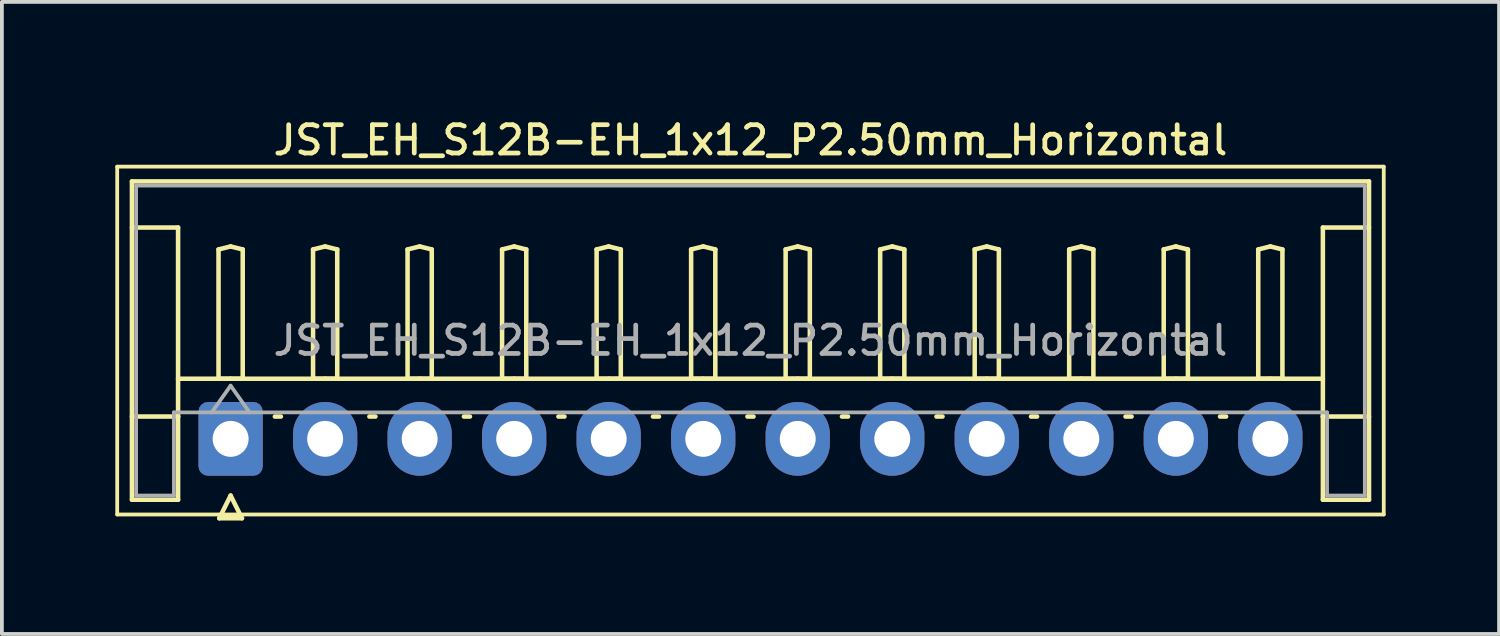
<source format=kicad_pcb>
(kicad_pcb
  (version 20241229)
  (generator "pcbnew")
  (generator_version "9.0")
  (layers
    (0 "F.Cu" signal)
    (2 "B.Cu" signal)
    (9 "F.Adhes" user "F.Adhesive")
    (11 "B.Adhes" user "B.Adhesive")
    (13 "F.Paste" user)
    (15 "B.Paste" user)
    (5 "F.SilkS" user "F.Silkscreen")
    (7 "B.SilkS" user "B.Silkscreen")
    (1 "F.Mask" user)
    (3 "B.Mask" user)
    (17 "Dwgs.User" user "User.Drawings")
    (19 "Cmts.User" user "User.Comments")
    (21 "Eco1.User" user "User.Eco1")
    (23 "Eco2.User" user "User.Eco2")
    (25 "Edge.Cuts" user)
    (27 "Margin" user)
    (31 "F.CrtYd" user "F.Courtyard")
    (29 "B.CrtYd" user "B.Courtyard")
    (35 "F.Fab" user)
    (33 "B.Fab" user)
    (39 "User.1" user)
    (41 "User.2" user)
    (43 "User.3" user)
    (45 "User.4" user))
  (footprint "JST_EH_S12B-EH_1x12_P2.50mm_Horizontal"
    (layer "F.Cu")
    (at 3.05 8.558)
    (property "Reference" "JST_EH_S12B-EH_1x12_P2.50mm_Horizontal" (at 13.75 -7.9 0) (layer "F.SilkS") (effects (font (size 0.75 0.75) (thickness 0.125))))
    (attr through_hole)
    (fp_line (start -3 -7.2) (end -3 2) (stroke (width 0.1) (type solid)) (layer "F.SilkS"))
    (fp_line (start -3 2) (end 30.5 2) (stroke (width 0.1) (type solid)) (layer "F.SilkS"))
    (fp_line (start -2.61 -6.81) (end 30.11 -6.81) (stroke (width 0.12) (type solid)) (layer "F.SilkS"))
    (fp_line (start -2.61 -5.59) (end -1.39 -5.59) (stroke (width 0.12) (type solid)) (layer "F.SilkS"))
    (fp_line (start -2.61 1.61) (end -2.61 -6.81) (stroke (width 0.12) (type solid)) (layer "F.SilkS"))
    (fp_line (start -1.39 -5.59) (end -1.39 -0.59) (stroke (width 0.12) (type solid)) (layer "F.SilkS"))
    (fp_line (start -1.39 -1.59) (end 28.89 -1.59) (stroke (width 0.12) (type solid)) (layer "F.SilkS"))
    (fp_line (start -1.39 -0.59) (end -2.61 -0.59) (stroke (width 0.12) (type solid)) (layer "F.SilkS"))
    (fp_line (start -1.39 -0.59) (end -1.39 1.61) (stroke (width 0.12) (type solid)) (layer "F.SilkS"))
    (fp_line (start -1.39 1.61) (end -2.61 1.61) (stroke (width 0.12) (type solid)) (layer "F.SilkS"))
    (fp_line (start -0.32 -5.01) (end 0 -5.09) (stroke (width 0.12) (type solid)) (layer "F.SilkS"))
    (fp_line (start -0.32 -1.59) (end -0.32 -5.01) (stroke (width 0.12) (type solid)) (layer "F.SilkS"))
    (fp_line (start -0.3 2.1) (end 0.3 2.1) (stroke (width 0.12) (type solid)) (layer "F.SilkS"))
    (fp_line (start 0 -5.09) (end 0.32 -5.01) (stroke (width 0.12) (type solid)) (layer "F.SilkS"))
    (fp_line (start 0 -1.59) (end -0.32 -1.59) (stroke (width 0.12) (type solid)) (layer "F.SilkS"))
    (fp_line (start 0 1.5) (end -0.3 2.1) (stroke (width 0.12) (type solid)) (layer "F.SilkS"))
    (fp_line (start 0.3 2.1) (end 0 1.5) (stroke (width 0.12) (type solid)) (layer "F.SilkS"))
    (fp_line (start 0.32 -5.01) (end 0.32 -1.59) (stroke (width 0.12) (type solid)) (layer "F.SilkS"))
    (fp_line (start 0.32 -1.59) (end 0 -1.59) (stroke (width 0.12) (type solid)) (layer "F.SilkS"))
    (fp_line (start 1.17 -0.59) (end 1.33 -0.59) (stroke (width 0.12) (type solid)) (layer "F.SilkS"))
    (fp_line (start 2.18 -5.01) (end 2.5 -5.09) (stroke (width 0.12) (type solid)) (layer "F.SilkS"))
    (fp_line (start 2.18 -1.59) (end 2.18 -5.01) (stroke (width 0.12) (type solid)) (layer "F.SilkS"))
    (fp_line (start 2.5 -5.09) (end 2.82 -5.01) (stroke (width 0.12) (type solid)) (layer "F.SilkS"))
    (fp_line (start 2.5 -1.59) (end 2.18 -1.59) (stroke (width 0.12) (type solid)) (layer "F.SilkS"))
    (fp_line (start 2.82 -5.01) (end 2.82 -1.59) (stroke (width 0.12) (type solid)) (layer "F.SilkS"))
    (fp_line (start 2.82 -1.59) (end 2.5 -1.59) (stroke (width 0.12) (type solid)) (layer "F.SilkS"))
    (fp_line (start 3.67 -0.59) (end 3.83 -0.59) (stroke (width 0.12) (type solid)) (layer "F.SilkS"))
    (fp_line (start 4.68 -5.01) (end 5 -5.09) (stroke (width 0.12) (type solid)) (layer "F.SilkS"))
    (fp_line (start 4.68 -1.59) (end 4.68 -5.01) (stroke (width 0.12) (type solid)) (layer "F.SilkS"))
    (fp_line (start 5 -5.09) (end 5.32 -5.01) (stroke (width 0.12) (type solid)) (layer "F.SilkS"))
    (fp_line (start 5 -1.59) (end 4.68 -1.59) (stroke (width 0.12) (type solid)) (layer "F.SilkS"))
    (fp_line (start 5.32 -5.01) (end 5.32 -1.59) (stroke (width 0.12) (type solid)) (layer "F.SilkS"))
    (fp_line (start 5.32 -1.59) (end 5 -1.59) (stroke (width 0.12) (type solid)) (layer "F.SilkS"))
    (fp_line (start 6.17 -0.59) (end 6.33 -0.59) (stroke (width 0.12) (type solid)) (layer "F.SilkS"))
    (fp_line (start 7.18 -5.01) (end 7.5 -5.09) (stroke (width 0.12) (type solid)) (layer "F.SilkS"))
    (fp_line (start 7.18 -1.59) (end 7.18 -5.01) (stroke (width 0.12) (type solid)) (layer "F.SilkS"))
    (fp_line (start 7.5 -5.09) (end 7.82 -5.01) (stroke (width 0.12) (type solid)) (layer "F.SilkS"))
    (fp_line (start 7.5 -1.59) (end 7.18 -1.59) (stroke (width 0.12) (type solid)) (layer "F.SilkS"))
    (fp_line (start 7.82 -5.01) (end 7.82 -1.59) (stroke (width 0.12) (type solid)) (layer "F.SilkS"))
    (fp_line (start 7.82 -1.59) (end 7.5 -1.59) (stroke (width 0.12) (type solid)) (layer "F.SilkS"))
    (fp_line (start 8.67 -0.59) (end 8.83 -0.59) (stroke (width 0.12) (type solid)) (layer "F.SilkS"))
    (fp_line (start 9.68 -5.01) (end 10 -5.09) (stroke (width 0.12) (type solid)) (layer "F.SilkS"))
    (fp_line (start 9.68 -1.59) (end 9.68 -5.01) (stroke (width 0.12) (type solid)) (layer "F.SilkS"))
    (fp_line (start 10 -5.09) (end 10.32 -5.01) (stroke (width 0.12) (type solid)) (layer "F.SilkS"))
    (fp_line (start 10 -1.59) (end 9.68 -1.59) (stroke (width 0.12) (type solid)) (layer "F.SilkS"))
    (fp_line (start 10.32 -5.01) (end 10.32 -1.59) (stroke (width 0.12) (type solid)) (layer "F.SilkS"))
    (fp_line (start 10.32 -1.59) (end 10 -1.59) (stroke (width 0.12) (type solid)) (layer "F.SilkS"))
    (fp_line (start 11.17 -0.59) (end 11.33 -0.59) (stroke (width 0.12) (type solid)) (layer "F.SilkS"))
    (fp_line (start 12.18 -5.01) (end 12.5 -5.09) (stroke (width 0.12) (type solid)) (layer "F.SilkS"))
    (fp_line (start 12.18 -1.59) (end 12.18 -5.01) (stroke (width 0.12) (type solid)) (layer "F.SilkS"))
    (fp_line (start 12.5 -5.09) (end 12.82 -5.01) (stroke (width 0.12) (type solid)) (layer "F.SilkS"))
    (fp_line (start 12.5 -1.59) (end 12.18 -1.59) (stroke (width 0.12) (type solid)) (layer "F.SilkS"))
    (fp_line (start 12.82 -5.01) (end 12.82 -1.59) (stroke (width 0.12) (type solid)) (layer "F.SilkS"))
    (fp_line (start 12.82 -1.59) (end 12.5 -1.59) (stroke (width 0.12) (type solid)) (layer "F.SilkS"))
    (fp_line (start 13.67 -0.59) (end 13.83 -0.59) (stroke (width 0.12) (type solid)) (layer "F.SilkS"))
    (fp_line (start 14.68 -5.01) (end 15 -5.09) (stroke (width 0.12) (type solid)) (layer "F.SilkS"))
    (fp_line (start 14.68 -1.59) (end 14.68 -5.01) (stroke (width 0.12) (type solid)) (layer "F.SilkS"))
    (fp_line (start 15 -5.09) (end 15.32 -5.01) (stroke (width 0.12) (type solid)) (layer "F.SilkS"))
    (fp_line (start 15 -1.59) (end 14.68 -1.59) (stroke (width 0.12) (type solid)) (layer "F.SilkS"))
    (fp_line (start 15.32 -5.01) (end 15.32 -1.59) (stroke (width 0.12) (type solid)) (layer "F.SilkS"))
    (fp_line (start 15.32 -1.59) (end 15 -1.59) (stroke (width 0.12) (type solid)) (layer "F.SilkS"))
    (fp_line (start 16.17 -0.59) (end 16.33 -0.59) (stroke (width 0.12) (type solid)) (layer "F.SilkS"))
    (fp_line (start 17.18 -5.01) (end 17.5 -5.09) (stroke (width 0.12) (type solid)) (layer "F.SilkS"))
    (fp_line (start 17.18 -1.59) (end 17.18 -5.01) (stroke (width 0.12) (type solid)) (layer "F.SilkS"))
    (fp_line (start 17.5 -5.09) (end 17.82 -5.01) (stroke (width 0.12) (type solid)) (layer "F.SilkS"))
    (fp_line (start 17.5 -1.59) (end 17.18 -1.59) (stroke (width 0.12) (type solid)) (layer "F.SilkS"))
    (fp_line (start 17.82 -5.01) (end 17.82 -1.59) (stroke (width 0.12) (type solid)) (layer "F.SilkS"))
    (fp_line (start 17.82 -1.59) (end 17.5 -1.59) (stroke (width 0.12) (type solid)) (layer "F.SilkS"))
    (fp_line (start 18.67 -0.59) (end 18.83 -0.59) (stroke (width 0.12) (type solid)) (layer "F.SilkS"))
    (fp_line (start 19.68 -5.01) (end 20 -5.09) (stroke (width 0.12) (type solid)) (layer "F.SilkS"))
    (fp_line (start 19.68 -1.59) (end 19.68 -5.01) (stroke (width 0.12) (type solid)) (layer "F.SilkS"))
    (fp_line (start 20 -5.09) (end 20.32 -5.01) (stroke (width 0.12) (type solid)) (layer "F.SilkS"))
    (fp_line (start 20 -1.59) (end 19.68 -1.59) (stroke (width 0.12) (type solid)) (layer "F.SilkS"))
    (fp_line (start 20.32 -5.01) (end 20.32 -1.59) (stroke (width 0.12) (type solid)) (layer "F.SilkS"))
    (fp_line (start 20.32 -1.59) (end 20 -1.59) (stroke (width 0.12) (type solid)) (layer "F.SilkS"))
    (fp_line (start 21.17 -0.59) (end 21.33 -0.59) (stroke (width 0.12) (type solid)) (layer "F.SilkS"))
    (fp_line (start 22.18 -5.01) (end 22.5 -5.09) (stroke (width 0.12) (type solid)) (layer "F.SilkS"))
    (fp_line (start 22.18 -1.59) (end 22.18 -5.01) (stroke (width 0.12) (type solid)) (layer "F.SilkS"))
    (fp_line (start 22.5 -5.09) (end 22.82 -5.01) (stroke (width 0.12) (type solid)) (layer "F.SilkS"))
    (fp_line (start 22.5 -1.59) (end 22.18 -1.59) (stroke (width 0.12) (type solid)) (layer "F.SilkS"))
    (fp_line (start 22.82 -5.01) (end 22.82 -1.59) (stroke (width 0.12) (type solid)) (layer "F.SilkS"))
    (fp_line (start 22.82 -1.59) (end 22.5 -1.59) (stroke (width 0.12) (type solid)) (layer "F.SilkS"))
    (fp_line (start 23.67 -0.59) (end 23.83 -0.59) (stroke (width 0.12) (type solid)) (layer "F.SilkS"))
    (fp_line (start 24.68 -5.01) (end 25 -5.09) (stroke (width 0.12) (type solid)) (layer "F.SilkS"))
    (fp_line (start 24.68 -1.59) (end 24.68 -5.01) (stroke (width 0.12) (type solid)) (layer "F.SilkS"))
    (fp_line (start 25 -5.09) (end 25.32 -5.01) (stroke (width 0.12) (type solid)) (layer "F.SilkS"))
    (fp_line (start 25 -1.59) (end 24.68 -1.59) (stroke (width 0.12) (type solid)) (layer "F.SilkS"))
    (fp_line (start 25.32 -5.01) (end 25.32 -1.59) (stroke (width 0.12) (type solid)) (layer "F.SilkS"))
    (fp_line (start 25.32 -1.59) (end 25 -1.59) (stroke (width 0.12) (type solid)) (layer "F.SilkS"))
    (fp_line (start 26.17 -0.59) (end 26.33 -0.59) (stroke (width 0.12) (type solid)) (layer "F.SilkS"))
    (fp_line (start 27.18 -5.01) (end 27.5 -5.09) (stroke (width 0.12) (type solid)) (layer "F.SilkS"))
    (fp_line (start 27.18 -1.59) (end 27.18 -5.01) (stroke (width 0.12) (type solid)) (layer "F.SilkS"))
    (fp_line (start 27.5 -5.09) (end 27.82 -5.01) (stroke (width 0.12) (type solid)) (layer "F.SilkS"))
    (fp_line (start 27.5 -1.59) (end 27.18 -1.59) (stroke (width 0.12) (type solid)) (layer "F.SilkS"))
    (fp_line (start 27.82 -5.01) (end 27.82 -1.59) (stroke (width 0.12) (type solid)) (layer "F.SilkS"))
    (fp_line (start 27.82 -1.59) (end 27.5 -1.59) (stroke (width 0.12) (type solid)) (layer "F.SilkS"))
    (fp_line (start 28.89 -5.59) (end 28.89 -0.59) (stroke (width 0.12) (type solid)) (layer "F.SilkS"))
    (fp_line (start 28.89 -0.59) (end 30.11 -0.59) (stroke (width 0.12) (type solid)) (layer "F.SilkS"))
    (fp_line (start 28.89 1.61) (end 28.89 -0.59) (stroke (width 0.12) (type solid)) (layer "F.SilkS"))
    (fp_line (start 30.11 -6.81) (end 30.11 1.61) (stroke (width 0.12) (type solid)) (layer "F.SilkS"))
    (fp_line (start 30.11 -5.59) (end 28.89 -5.59) (stroke (width 0.12) (type solid)) (layer "F.SilkS"))
    (fp_line (start 30.11 1.61) (end 28.89 1.61) (stroke (width 0.12) (type solid)) (layer "F.SilkS"))
    (fp_line (start 30.5 -7.2) (end -3 -7.2) (stroke (width 0.1) (type solid)) (layer "F.SilkS"))
    (fp_line (start 30.5 2) (end 30.5 -7.2) (stroke (width 0.1) (type solid)) (layer "F.SilkS"))
    (fp_line (start -2.5 -6.7) (end 30 -6.7) (stroke (width 0.1) (type solid)) (layer "F.Fab"))
    (fp_line (start -2.5 1.5) (end -2.5 -6.7) (stroke (width 0.1) (type solid)) (layer "F.Fab"))
    (fp_line (start -1.5 -0.7) (end -1.5 1.5) (stroke (width 0.1) (type solid)) (layer "F.Fab"))
    (fp_line (start -1.5 1.5) (end -2.5 1.5) (stroke (width 0.1) (type solid)) (layer "F.Fab"))
    (fp_line (start -0.5 -0.7) (end 0 -1.407) (stroke (width 0.1) (type solid)) (layer "F.Fab"))
    (fp_line (start 0 -1.407) (end 0.5 -0.7) (stroke (width 0.1) (type solid)) (layer "F.Fab"))
    (fp_line (start 29 -0.7) (end -1.5 -0.7) (stroke (width 0.1) (type solid)) (layer "F.Fab"))
    (fp_line (start 29 1.5) (end 29 -0.7) (stroke (width 0.1) (type solid)) (layer "F.Fab"))
    (fp_line (start 30 -6.7) (end 30 1.5) (stroke (width 0.1) (type solid)) (layer "F.Fab"))
    (fp_line (start 30 1.5) (end 29 1.5) (stroke (width 0.1) (type solid)) (layer "F.Fab"))
    (fp_text user "${REFERENCE}" (at 13.75 -2.6 0) (layer "F.Fab") (effects (font (size 0.75 0.75) (thickness 0.125))))
    (pad "1" thru_hole roundrect (at 0 0) (size 1.7 1.95) (drill 0.95) (layers "*.Cu" "*.Mask") (roundrect_rratio 0.147))
    (pad "2" thru_hole oval (at 2.5 0) (size 1.7 1.95) (drill 0.95) (layers "*.Cu" "*.Mask"))
    (pad "3" thru_hole oval (at 5 0) (size 1.7 1.95) (drill 0.95) (layers "*.Cu" "*.Mask"))
    (pad "4" thru_hole oval (at 7.5 0) (size 1.7 1.95) (drill 0.95) (layers "*.Cu" "*.Mask"))
    (pad "5" thru_hole oval (at 10 0) (size 1.7 1.95) (drill 0.95) (layers "*.Cu" "*.Mask"))
    (pad "6" thru_hole oval (at 12.5 0) (size 1.7 1.95) (drill 0.95) (layers "*.Cu" "*.Mask"))
    (pad "7" thru_hole oval (at 15 0) (size 1.7 1.95) (drill 0.95) (layers "*.Cu" "*.Mask"))
    (pad "8" thru_hole oval (at 17.5 0) (size 1.7 1.95) (drill 0.95) (layers "*.Cu" "*.Mask"))
    (pad "9" thru_hole oval (at 20 0) (size 1.7 1.95) (drill 0.95) (layers "*.Cu" "*.Mask"))
    (pad "10" thru_hole oval (at 22.5 0) (size 1.7 1.95) (drill 0.95) (layers "*.Cu" "*.Mask"))
    (pad "11" thru_hole oval (at 25 0) (size 1.7 1.95) (drill 0.95) (layers "*.Cu" "*.Mask"))
    (pad "12" thru_hole oval (at 27.5 0) (size 1.7 1.95) (drill 0.95) (layers "*.Cu" "*.Mask")))
  (gr_rect
    (start -3 -3)
    (end 36.6 13.718)
    (stroke (width 0.1) (type default))
    (fill no)
    (layer "Edge.Cuts")))
</source>
